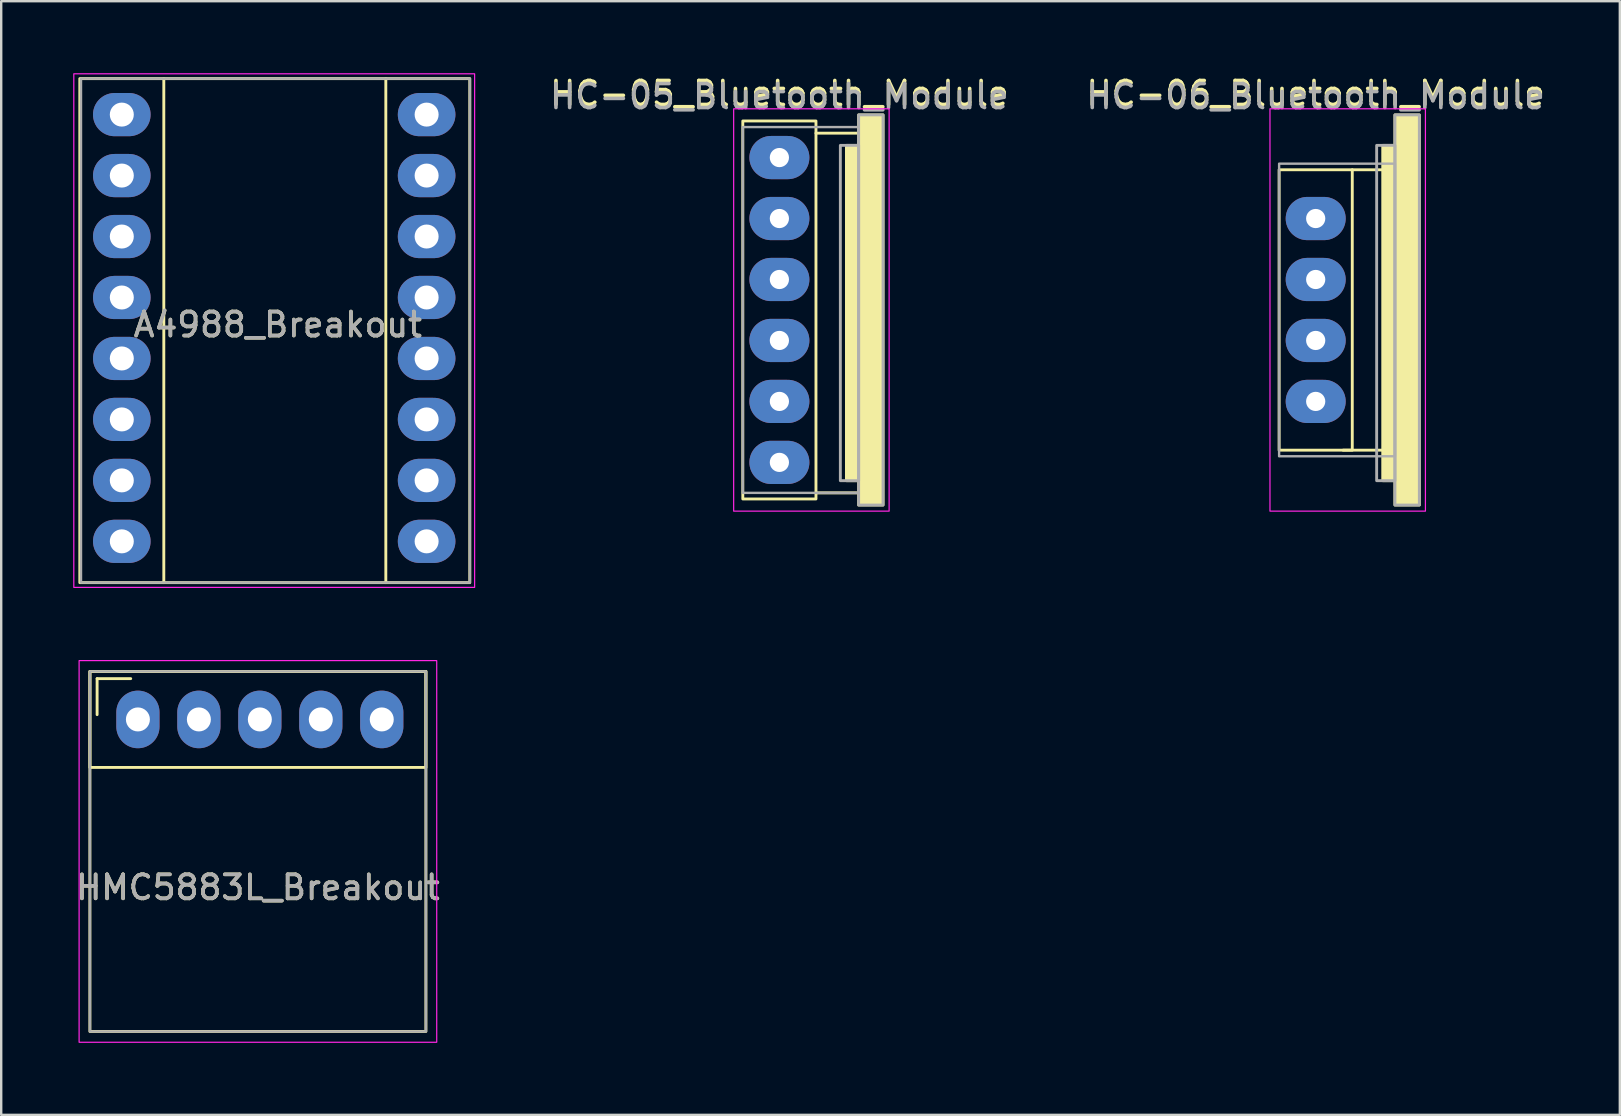
<source format=kicad_pcb>
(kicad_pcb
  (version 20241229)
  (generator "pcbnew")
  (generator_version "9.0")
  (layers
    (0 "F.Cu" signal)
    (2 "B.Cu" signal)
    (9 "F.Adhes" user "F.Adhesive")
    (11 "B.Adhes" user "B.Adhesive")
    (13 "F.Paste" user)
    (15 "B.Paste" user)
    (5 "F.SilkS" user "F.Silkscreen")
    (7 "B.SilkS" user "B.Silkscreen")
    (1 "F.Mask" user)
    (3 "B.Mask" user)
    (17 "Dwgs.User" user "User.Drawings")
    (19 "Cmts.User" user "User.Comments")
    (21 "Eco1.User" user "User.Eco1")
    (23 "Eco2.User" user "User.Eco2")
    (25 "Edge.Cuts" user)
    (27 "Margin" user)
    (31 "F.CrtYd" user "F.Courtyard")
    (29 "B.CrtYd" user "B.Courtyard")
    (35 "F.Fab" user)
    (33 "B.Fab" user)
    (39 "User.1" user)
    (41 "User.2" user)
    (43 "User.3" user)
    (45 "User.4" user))
  (footprint "A4988_Breakout"
    (layer "F.Cu")
    (at 2.025 1.725)
    (property "Reference" "A4988_Breakout" (at 6.5 8.75 0) (unlocked yes) (layer "F.SilkS") (effects (font (size 1 1) (thickness 0.15))))
    (attr through_hole)
    (fp_line (start 1.75 -1.5) (end 1.75 19.5) (stroke (width 0.12) (type solid)) (layer "F.SilkS"))
    (fp_line (start 11 -1.5) (end 11 19.5) (stroke (width 0.12) (type solid)) (layer "F.SilkS"))
    (fp_rect (start -1.75 -1.5) (end 14.5 19.5) (stroke (width 0.12) (type solid)) (fill no) (layer "F.SilkS"))
    (fp_rect (start -2 -1.7) (end 14.7 19.7) (stroke (width 0.05) (type solid)) (fill no) (layer "F.CrtYd"))
    (fp_rect (start -1.7 -1.5) (end 14.5 19.5) (stroke (width 0.1) (type solid)) (fill no) (layer "F.Fab"))
    (fp_text user "${REFERENCE}" (at 6.5 8.75 0) (unlocked yes) (layer "F.Fab") (effects (font (size 1 1) (thickness 0.15))))
    (pad "1" thru_hole oval (at 0 0) (size 2.4 1.8) (drill 1) (layers "*.Cu" "*.Mask"))
    (pad "2" thru_hole oval (at 0 2.54) (size 2.4 1.8) (drill 1) (layers "*.Cu" "*.Mask"))
    (pad "3" thru_hole oval (at 0 5.08) (size 2.4 1.8) (drill 1) (layers "*.Cu" "*.Mask"))
    (pad "4" thru_hole oval (at 0 7.62) (size 2.4 1.8) (drill 1) (layers "*.Cu" "*.Mask"))
    (pad "5" thru_hole oval (at 0 10.16) (size 2.4 1.8) (drill 1) (layers "*.Cu" "*.Mask"))
    (pad "6" thru_hole oval (at 0 12.7) (size 2.4 1.8) (drill 1) (layers "*.Cu" "*.Mask"))
    (pad "7" thru_hole oval (at 0 15.24) (size 2.4 1.8) (drill 1) (layers "*.Cu" "*.Mask"))
    (pad "8" thru_hole oval (at 0 17.78) (size 2.4 1.8) (drill 1) (layers "*.Cu" "*.Mask"))
    (pad "9" thru_hole oval (at 12.7 17.78) (size 2.4 1.8) (drill 1) (layers "*.Cu" "*.Mask"))
    (pad "10" thru_hole oval (at 12.7 15.24) (size 2.4 1.8) (drill 1) (layers "*.Cu" "*.Mask"))
    (pad "11" thru_hole oval (at 12.7 12.7) (size 2.4 1.8) (drill 1) (layers "*.Cu" "*.Mask"))
    (pad "12" thru_hole oval (at 12.7 10.16) (size 2.4 1.8) (drill 1) (layers "*.Cu" "*.Mask"))
    (pad "13" thru_hole oval (at 12.7 7.62) (size 2.4 1.8) (drill 1) (layers "*.Cu" "*.Mask"))
    (pad "14" thru_hole oval (at 12.7 5.08) (size 2.4 1.8) (drill 1) (layers "*.Cu" "*.Mask"))
    (pad "15" thru_hole oval (at 12.7 2.54) (size 2.4 1.8) (drill 1) (layers "*.Cu" "*.Mask"))
    (pad "16" thru_hole oval (at 12.7 0) (size 2.4 1.8) (drill 1) (layers "*.Cu" "*.Mask")))
  (footprint "HC-05_Bluetooth_Module"
    (layer "F.Cu")
    (at 29.423 3.515)
    (property "Reference" "HC-05_Bluetooth_Module" (at 0 -2.667 0) (unlocked yes) (layer "F.SilkS") (effects (font (size 1 1) (thickness 0.15))))
    (attr through_hole)
    (fp_line (start 1.524 -1.016) (end 3.302 -1.016) (stroke (width 0.12) (type solid)) (layer "F.SilkS"))
    (fp_line (start 1.524 13.97) (end 3.302 13.97) (stroke (width 0.12) (type solid)) (layer "F.SilkS"))
    (fp_rect (start -1.524 -1.524) (end 1.524 14.224) (stroke (width 0.12) (type solid)) (fill no) (layer "F.SilkS"))
    (fp_poly (pts (xy 3.302 13.462) (xy 2.794 13.462) (xy 2.794 -0.508) (xy 3.302 -0.508)) (stroke (width 0.12) (type solid)) (fill yes) (layer "F.SilkS"))
    (fp_poly (pts (xy 4.318 14.478) (xy 3.302 14.478) (xy 3.302 -1.778) (xy 4.318 -1.778)) (stroke (width 0.12) (type solid)) (fill yes) (layer "F.SilkS"))
    (fp_rect (start -1.905 -2.032) (end 4.572 14.732) (stroke (width 0.05) (type solid)) (fill no) (layer "F.CrtYd"))
    (fp_rect (start -1.524 -1.27) (end 3.302 13.97) (stroke (width 0.1) (type solid)) (fill no) (layer "F.Fab"))
    (fp_poly (pts (xy 3.302 13.462) (xy 2.54 13.462) (xy 2.54 -0.508) (xy 3.302 -0.508)) (stroke (width 0.12) (type solid)) (fill no) (layer "F.Fab"))
    (fp_poly (pts (xy 4.318 14.478) (xy 3.302 14.478) (xy 3.302 -1.778) (xy 4.318 -1.778)) (stroke (width 0.12) (type solid)) (fill no) (layer "F.Fab"))
    (fp_text user "${REFERENCE}" (at 0 -2.54 0) (unlocked yes) (layer "F.Fab") (effects (font (size 1 1) (thickness 0.15))))
    (pad "1" thru_hole oval (at 0 12.7) (size 2.5 1.8) (drill 0.8) (layers "*.Cu" "*.Mask"))
    (pad "2" thru_hole oval (at 0 10.16) (size 2.5 1.8) (drill 0.8) (layers "*.Cu" "*.Mask"))
    (pad "3" thru_hole oval (at 0 7.62) (size 2.5 1.8) (drill 0.8) (layers "*.Cu" "*.Mask"))
    (pad "4" thru_hole oval (at 0 5.08) (size 2.5 1.8) (drill 0.8) (layers "*.Cu" "*.Mask"))
    (pad "5" thru_hole oval (at 0 2.54) (size 2.5 1.8) (drill 0.8) (layers "*.Cu" "*.Mask"))
    (pad "6" thru_hole oval (at 0 0) (size 2.5 1.8) (drill 0.8) (layers "*.Cu" "*.Mask")))
  (footprint "HC-06_Bluetooth_Module"
    (layer "F.Cu")
    (at 51.768 6.055)
    (property "Reference" "HC-06_Bluetooth_Module" (at 0 -5.207 0) (unlocked yes) (layer "F.SilkS") (effects (font (size 1 1) (thickness 0.15))))
    (attr through_hole)
    (fp_line (start 1.143 9.652) (end 2.921 9.652) (stroke (width 0.12) (type solid)) (layer "F.SilkS"))
    (fp_line (start 1.524 -2.032) (end 3.302 -2.032) (stroke (width 0.12) (type solid)) (layer "F.SilkS"))
    (fp_rect (start -1.524 -2.032) (end 1.524 9.652) (stroke (width 0.12) (type solid)) (fill no) (layer "F.SilkS"))
    (fp_poly (pts (xy 3.302 10.922) (xy 2.794 10.922) (xy 2.794 -3.048) (xy 3.302 -3.048)) (stroke (width 0.12) (type solid)) (fill yes) (layer "F.SilkS"))
    (fp_poly (pts (xy 4.318 11.938) (xy 3.302 11.938) (xy 3.302 -4.318) (xy 4.318 -4.318)) (stroke (width 0.12) (type solid)) (fill yes) (layer "F.SilkS"))
    (fp_rect (start -1.905 -4.572) (end 4.572 12.192) (stroke (width 0.05) (type solid)) (fill no) (layer "F.CrtYd"))
    (fp_rect (start -1.524 -2.286) (end 3.302 9.906) (stroke (width 0.1) (type solid)) (fill no) (layer "F.Fab"))
    (fp_poly (pts (xy 3.302 10.922) (xy 2.54 10.922) (xy 2.54 -3.048) (xy 3.302 -3.048)) (stroke (width 0.12) (type solid)) (fill no) (layer "F.Fab"))
    (fp_poly (pts (xy 4.318 11.938) (xy 3.302 11.938) (xy 3.302 -4.318) (xy 4.318 -4.318)) (stroke (width 0.12) (type solid)) (fill no) (layer "F.Fab"))
    (fp_text user "${REFERENCE}" (at 0 -5.08 0) (unlocked yes) (layer "F.Fab") (effects (font (size 1 1) (thickness 0.15))))
    (pad "1" thru_hole oval (at 0 7.62) (size 2.5 1.8) (drill 0.8) (layers "*.Cu" "*.Mask"))
    (pad "2" thru_hole oval (at 0 5.08) (size 2.5 1.8) (drill 0.8) (layers "*.Cu" "*.Mask"))
    (pad "3" thru_hole oval (at 0 2.54) (size 2.5 1.8) (drill 0.8) (layers "*.Cu" "*.Mask"))
    (pad "4" thru_hole oval (at 0 0) (size 2.5 1.8) (drill 0.8) (layers "*.Cu" "*.Mask")))
  (footprint "HMC5883L_Breakout"
    (layer "F.Cu")
    (at 2.696 26.925)
    (property "Reference" "HMC5883L_Breakout" (at 5 7 0) (unlocked yes) (layer "F.SilkS") (effects (font (size 1 1) (thickness 0.15))))
    (attr through_hole)
    (fp_line (start -1.7 -1.7) (end -0.3 -1.7) (stroke (width 0.12) (type solid)) (layer "F.SilkS"))
    (fp_line (start -1.7 -0.2) (end -1.7 -1.7) (stroke (width 0.12) (type solid)) (layer "F.SilkS"))
    (fp_rect (start -2 -2) (end 12 2) (stroke (width 0.12) (type solid)) (fill no) (layer "F.SilkS"))
    (fp_rect (start -2 -2) (end 12 13) (stroke (width 0.12) (type solid)) (fill no) (layer "F.SilkS"))
    (fp_rect (start -2.45 -2.45) (end 12.45 13.45) (stroke (width 0.05) (type solid)) (fill no) (layer "F.CrtYd"))
    (fp_rect (start -2 -2) (end 12 13) (stroke (width 0.1) (type solid)) (fill no) (layer "F.Fab"))
    (fp_text user "${REFERENCE}" (at 5 7 0) (unlocked yes) (layer "F.Fab") (effects (font (size 1 1) (thickness 0.15))))
    (pad "1" thru_hole oval (at 0 0) (size 1.8 2.4) (drill 1) (layers "*.Cu" "*.Mask"))
    (pad "2" thru_hole oval (at 2.54 0) (size 1.8 2.4) (drill 1) (layers "*.Cu" "*.Mask"))
    (pad "3" thru_hole oval (at 5.08 0) (size 1.8 2.4) (drill 1) (layers "*.Cu" "*.Mask"))
    (pad "4" thru_hole oval (at 7.62 0) (size 1.8 2.4) (drill 1) (layers "*.Cu" "*.Mask"))
    (pad "5" thru_hole oval (at 10.16 0) (size 1.8 2.4) (drill 1) (layers "*.Cu" "*.Mask")))
  (gr_rect
    (start -3 -3)
    (end 64.44 43.4)
    (stroke (width 0.1) (type default))
    (fill no)
    (layer "Edge.Cuts")))
</source>
